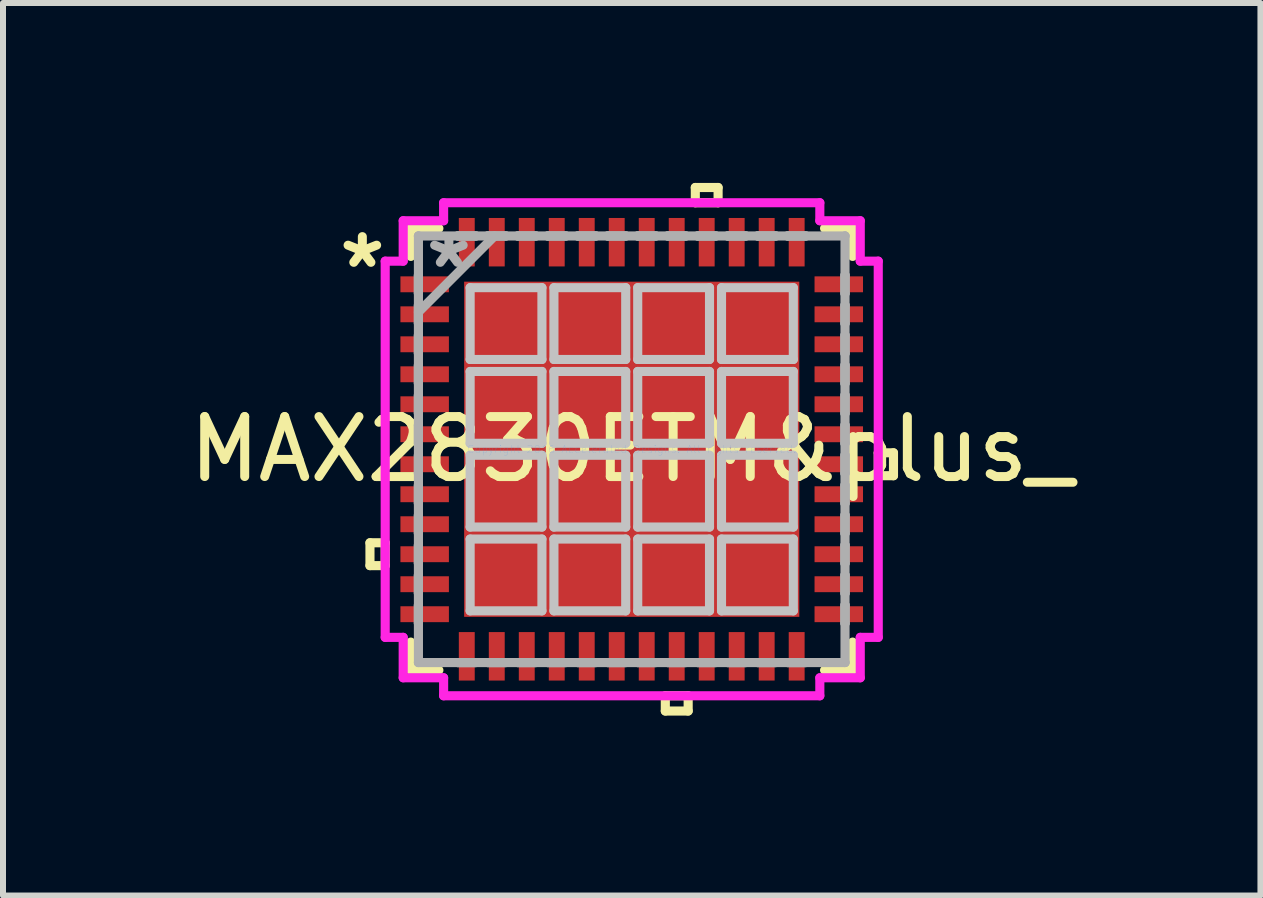
<source format=kicad_pcb>
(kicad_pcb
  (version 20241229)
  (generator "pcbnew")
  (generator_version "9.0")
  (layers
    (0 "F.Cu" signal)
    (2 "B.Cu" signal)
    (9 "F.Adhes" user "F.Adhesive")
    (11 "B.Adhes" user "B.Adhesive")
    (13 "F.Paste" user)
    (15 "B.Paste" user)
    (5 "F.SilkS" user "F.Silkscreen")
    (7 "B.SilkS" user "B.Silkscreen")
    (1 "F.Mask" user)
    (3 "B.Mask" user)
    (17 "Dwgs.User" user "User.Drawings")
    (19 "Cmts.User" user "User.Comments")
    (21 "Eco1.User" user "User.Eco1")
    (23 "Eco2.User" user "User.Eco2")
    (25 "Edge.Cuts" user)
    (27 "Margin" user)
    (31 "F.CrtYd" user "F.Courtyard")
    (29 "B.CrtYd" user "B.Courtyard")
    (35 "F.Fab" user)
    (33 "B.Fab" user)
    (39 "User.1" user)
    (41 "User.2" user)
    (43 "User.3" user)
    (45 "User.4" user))
  (footprint "MAX2830ETM&plus_"
    (layer "F.Cu")
    (at 7.482 4.44)
    (property "Reference" "MAX2830ETM&plus_" (at 0 0 0) (layer "F.SilkS") (effects (font (size 1 1) (thickness 0.15))))
    (attr through_hole)
    (fp_line (start -4.364 1.559) (end -4.364 1.94) (stroke (width 0.152) (type solid)) (layer "F.SilkS"))
    (fp_line (start -4.364 1.94) (end -4.11 1.94) (stroke (width 0.152) (type solid)) (layer "F.SilkS"))
    (fp_line (start -4.11 1.559) (end -4.364 1.559) (stroke (width 0.152) (type solid)) (layer "F.SilkS"))
    (fp_line (start -4.11 1.94) (end -4.11 1.559) (stroke (width 0.152) (type solid)) (layer "F.SilkS"))
    (fp_line (start -3.683 -3.683) (end -3.683 -3.215) (stroke (width 0.152) (type solid)) (layer "F.SilkS"))
    (fp_line (start -3.683 3.215) (end -3.683 3.683) (stroke (width 0.152) (type solid)) (layer "F.SilkS"))
    (fp_line (start -3.683 3.683) (end -3.215 3.683) (stroke (width 0.152) (type solid)) (layer "F.SilkS"))
    (fp_line (start -3.215 -3.683) (end -3.683 -3.683) (stroke (width 0.152) (type solid)) (layer "F.SilkS"))
    (fp_line (start 0.56 4.11) (end 0.56 4.364) (stroke (width 0.152) (type solid)) (layer "F.SilkS"))
    (fp_line (start 0.56 4.364) (end 0.941 4.364) (stroke (width 0.152) (type solid)) (layer "F.SilkS"))
    (fp_line (start 0.941 4.11) (end 0.56 4.11) (stroke (width 0.152) (type solid)) (layer "F.SilkS"))
    (fp_line (start 0.941 4.364) (end 0.941 4.11) (stroke (width 0.152) (type solid)) (layer "F.SilkS"))
    (fp_line (start 1.06 -4.364) (end 1.44 -4.364) (stroke (width 0.152) (type solid)) (layer "F.SilkS"))
    (fp_line (start 1.06 -4.11) (end 1.06 -4.364) (stroke (width 0.152) (type solid)) (layer "F.SilkS"))
    (fp_line (start 1.44 -4.364) (end 1.44 -4.11) (stroke (width 0.152) (type solid)) (layer "F.SilkS"))
    (fp_line (start 1.44 -4.11) (end 1.06 -4.11) (stroke (width 0.152) (type solid)) (layer "F.SilkS"))
    (fp_line (start 3.215 3.683) (end 3.683 3.683) (stroke (width 0.152) (type solid)) (layer "F.SilkS"))
    (fp_line (start 3.683 -3.683) (end 3.215 -3.683) (stroke (width 0.152) (type solid)) (layer "F.SilkS"))
    (fp_line (start 3.683 -3.215) (end 3.683 -3.683) (stroke (width 0.152) (type solid)) (layer "F.SilkS"))
    (fp_line (start 3.683 3.683) (end 3.683 3.215) (stroke (width 0.152) (type solid)) (layer "F.SilkS"))
    (fp_line (start 4.11 0.059) (end 4.364 0.059) (stroke (width 0.152) (type solid)) (layer "F.SilkS"))
    (fp_line (start 4.11 0.441) (end 4.11 0.059) (stroke (width 0.152) (type solid)) (layer "F.SilkS"))
    (fp_line (start 4.364 0.059) (end 4.364 0.441) (stroke (width 0.152) (type solid)) (layer "F.SilkS"))
    (fp_line (start 4.364 0.441) (end 4.11 0.441) (stroke (width 0.152) (type solid)) (layer "F.SilkS"))
    (fp_line (start -2.694 -2.694) (end -2.694 -1.497) (stroke (width 0.152) (type solid)) (layer "Dwgs.User"))
    (fp_line (start -2.694 -1.497) (end -1.497 -1.497) (stroke (width 0.152) (type solid)) (layer "Dwgs.User"))
    (fp_line (start -2.694 -1.297) (end -2.694 -0.1) (stroke (width 0.152) (type solid)) (layer "Dwgs.User"))
    (fp_line (start -2.694 -0.1) (end -1.497 -0.1) (stroke (width 0.152) (type solid)) (layer "Dwgs.User"))
    (fp_line (start -2.694 0.1) (end -2.694 1.297) (stroke (width 0.152) (type solid)) (layer "Dwgs.User"))
    (fp_line (start -2.694 1.297) (end -1.497 1.297) (stroke (width 0.152) (type solid)) (layer "Dwgs.User"))
    (fp_line (start -2.694 1.497) (end -2.694 2.694) (stroke (width 0.152) (type solid)) (layer "Dwgs.User"))
    (fp_line (start -2.694 2.694) (end -1.497 2.694) (stroke (width 0.152) (type solid)) (layer "Dwgs.User"))
    (fp_line (start -1.497 -2.694) (end -2.694 -2.694) (stroke (width 0.152) (type solid)) (layer "Dwgs.User"))
    (fp_line (start -1.497 -1.497) (end -1.497 -2.694) (stroke (width 0.152) (type solid)) (layer "Dwgs.User"))
    (fp_line (start -1.497 -1.297) (end -2.694 -1.297) (stroke (width 0.152) (type solid)) (layer "Dwgs.User"))
    (fp_line (start -1.497 -0.1) (end -1.497 -1.297) (stroke (width 0.152) (type solid)) (layer "Dwgs.User"))
    (fp_line (start -1.497 0.1) (end -2.694 0.1) (stroke (width 0.152) (type solid)) (layer "Dwgs.User"))
    (fp_line (start -1.497 1.297) (end -1.497 0.1) (stroke (width 0.152) (type solid)) (layer "Dwgs.User"))
    (fp_line (start -1.497 1.497) (end -2.694 1.497) (stroke (width 0.152) (type solid)) (layer "Dwgs.User"))
    (fp_line (start -1.497 2.694) (end -1.497 1.497) (stroke (width 0.152) (type solid)) (layer "Dwgs.User"))
    (fp_line (start -1.297 -2.694) (end -1.297 -1.497) (stroke (width 0.152) (type solid)) (layer "Dwgs.User"))
    (fp_line (start -1.297 -1.497) (end -0.1 -1.497) (stroke (width 0.152) (type solid)) (layer "Dwgs.User"))
    (fp_line (start -1.297 -1.297) (end -1.297 -0.1) (stroke (width 0.152) (type solid)) (layer "Dwgs.User"))
    (fp_line (start -1.297 -0.1) (end -0.1 -0.1) (stroke (width 0.152) (type solid)) (layer "Dwgs.User"))
    (fp_line (start -1.297 0.1) (end -1.297 1.297) (stroke (width 0.152) (type solid)) (layer "Dwgs.User"))
    (fp_line (start -1.297 1.297) (end -0.1 1.297) (stroke (width 0.152) (type solid)) (layer "Dwgs.User"))
    (fp_line (start -1.297 1.497) (end -1.297 2.694) (stroke (width 0.152) (type solid)) (layer "Dwgs.User"))
    (fp_line (start -1.297 2.694) (end -0.1 2.694) (stroke (width 0.152) (type solid)) (layer "Dwgs.User"))
    (fp_line (start -0.1 -2.694) (end -1.297 -2.694) (stroke (width 0.152) (type solid)) (layer "Dwgs.User"))
    (fp_line (start -0.1 -1.497) (end -0.1 -2.694) (stroke (width 0.152) (type solid)) (layer "Dwgs.User"))
    (fp_line (start -0.1 -1.297) (end -1.297 -1.297) (stroke (width 0.152) (type solid)) (layer "Dwgs.User"))
    (fp_line (start -0.1 -0.1) (end -0.1 -1.297) (stroke (width 0.152) (type solid)) (layer "Dwgs.User"))
    (fp_line (start -0.1 0.1) (end -1.297 0.1) (stroke (width 0.152) (type solid)) (layer "Dwgs.User"))
    (fp_line (start -0.1 1.297) (end -0.1 0.1) (stroke (width 0.152) (type solid)) (layer "Dwgs.User"))
    (fp_line (start -0.1 1.497) (end -1.297 1.497) (stroke (width 0.152) (type solid)) (layer "Dwgs.User"))
    (fp_line (start -0.1 2.694) (end -0.1 1.497) (stroke (width 0.152) (type solid)) (layer "Dwgs.User"))
    (fp_line (start 0.1 -2.694) (end 0.1 -1.497) (stroke (width 0.152) (type solid)) (layer "Dwgs.User"))
    (fp_line (start 0.1 -1.497) (end 1.297 -1.497) (stroke (width 0.152) (type solid)) (layer "Dwgs.User"))
    (fp_line (start 0.1 -1.297) (end 0.1 -0.1) (stroke (width 0.152) (type solid)) (layer "Dwgs.User"))
    (fp_line (start 0.1 -0.1) (end 1.297 -0.1) (stroke (width 0.152) (type solid)) (layer "Dwgs.User"))
    (fp_line (start 0.1 0.1) (end 0.1 1.297) (stroke (width 0.152) (type solid)) (layer "Dwgs.User"))
    (fp_line (start 0.1 1.297) (end 1.297 1.297) (stroke (width 0.152) (type solid)) (layer "Dwgs.User"))
    (fp_line (start 0.1 1.497) (end 0.1 2.694) (stroke (width 0.152) (type solid)) (layer "Dwgs.User"))
    (fp_line (start 0.1 2.694) (end 1.297 2.694) (stroke (width 0.152) (type solid)) (layer "Dwgs.User"))
    (fp_line (start 1.297 -2.694) (end 0.1 -2.694) (stroke (width 0.152) (type solid)) (layer "Dwgs.User"))
    (fp_line (start 1.297 -1.497) (end 1.297 -2.694) (stroke (width 0.152) (type solid)) (layer "Dwgs.User"))
    (fp_line (start 1.297 -1.297) (end 0.1 -1.297) (stroke (width 0.152) (type solid)) (layer "Dwgs.User"))
    (fp_line (start 1.297 -0.1) (end 1.297 -1.297) (stroke (width 0.152) (type solid)) (layer "Dwgs.User"))
    (fp_line (start 1.297 0.1) (end 0.1 0.1) (stroke (width 0.152) (type solid)) (layer "Dwgs.User"))
    (fp_line (start 1.297 1.297) (end 1.297 0.1) (stroke (width 0.152) (type solid)) (layer "Dwgs.User"))
    (fp_line (start 1.297 1.497) (end 0.1 1.497) (stroke (width 0.152) (type solid)) (layer "Dwgs.User"))
    (fp_line (start 1.297 2.694) (end 1.297 1.497) (stroke (width 0.152) (type solid)) (layer "Dwgs.User"))
    (fp_line (start 1.497 -2.694) (end 1.497 -1.497) (stroke (width 0.152) (type solid)) (layer "Dwgs.User"))
    (fp_line (start 1.497 -1.497) (end 2.694 -1.497) (stroke (width 0.152) (type solid)) (layer "Dwgs.User"))
    (fp_line (start 1.497 -1.297) (end 1.497 -0.1) (stroke (width 0.152) (type solid)) (layer "Dwgs.User"))
    (fp_line (start 1.497 -0.1) (end 2.694 -0.1) (stroke (width 0.152) (type solid)) (layer "Dwgs.User"))
    (fp_line (start 1.497 0.1) (end 1.497 1.297) (stroke (width 0.152) (type solid)) (layer "Dwgs.User"))
    (fp_line (start 1.497 1.297) (end 2.694 1.297) (stroke (width 0.152) (type solid)) (layer "Dwgs.User"))
    (fp_line (start 1.497 1.497) (end 1.497 2.694) (stroke (width 0.152) (type solid)) (layer "Dwgs.User"))
    (fp_line (start 1.497 2.694) (end 2.694 2.694) (stroke (width 0.152) (type solid)) (layer "Dwgs.User"))
    (fp_line (start 2.694 -2.694) (end 1.497 -2.694) (stroke (width 0.152) (type solid)) (layer "Dwgs.User"))
    (fp_line (start 2.694 -1.497) (end 2.694 -2.694) (stroke (width 0.152) (type solid)) (layer "Dwgs.User"))
    (fp_line (start 2.694 -1.297) (end 1.497 -1.297) (stroke (width 0.152) (type solid)) (layer "Dwgs.User"))
    (fp_line (start 2.694 -0.1) (end 2.694 -1.297) (stroke (width 0.152) (type solid)) (layer "Dwgs.User"))
    (fp_line (start 2.694 0.1) (end 1.497 0.1) (stroke (width 0.152) (type solid)) (layer "Dwgs.User"))
    (fp_line (start 2.694 1.297) (end 2.694 0.1) (stroke (width 0.152) (type solid)) (layer "Dwgs.User"))
    (fp_line (start 2.694 1.497) (end 1.497 1.497) (stroke (width 0.152) (type solid)) (layer "Dwgs.User"))
    (fp_line (start 2.694 2.694) (end 2.694 1.497) (stroke (width 0.152) (type solid)) (layer "Dwgs.User"))
    (fp_line (start -4.11 -3.136) (end -3.81 -3.136) (stroke (width 0.152) (type solid)) (layer "F.CrtYd"))
    (fp_line (start -4.11 3.136) (end -4.11 -3.136) (stroke (width 0.152) (type solid)) (layer "F.CrtYd"))
    (fp_line (start -3.81 -3.81) (end -3.136 -3.81) (stroke (width 0.152) (type solid)) (layer "F.CrtYd"))
    (fp_line (start -3.81 -3.136) (end -3.81 -3.81) (stroke (width 0.152) (type solid)) (layer "F.CrtYd"))
    (fp_line (start -3.81 3.136) (end -4.11 3.136) (stroke (width 0.152) (type solid)) (layer "F.CrtYd"))
    (fp_line (start -3.81 3.81) (end -3.81 3.136) (stroke (width 0.152) (type solid)) (layer "F.CrtYd"))
    (fp_line (start -3.136 -4.11) (end 3.136 -4.11) (stroke (width 0.152) (type solid)) (layer "F.CrtYd"))
    (fp_line (start -3.136 -3.81) (end -3.136 -4.11) (stroke (width 0.152) (type solid)) (layer "F.CrtYd"))
    (fp_line (start -3.136 3.81) (end -3.81 3.81) (stroke (width 0.152) (type solid)) (layer "F.CrtYd"))
    (fp_line (start -3.136 4.11) (end -3.136 3.81) (stroke (width 0.152) (type solid)) (layer "F.CrtYd"))
    (fp_line (start 3.136 -4.11) (end 3.136 -3.81) (stroke (width 0.152) (type solid)) (layer "F.CrtYd"))
    (fp_line (start 3.136 -3.81) (end 3.81 -3.81) (stroke (width 0.152) (type solid)) (layer "F.CrtYd"))
    (fp_line (start 3.136 3.81) (end 3.136 4.11) (stroke (width 0.152) (type solid)) (layer "F.CrtYd"))
    (fp_line (start 3.136 4.11) (end -3.136 4.11) (stroke (width 0.152) (type solid)) (layer "F.CrtYd"))
    (fp_line (start 3.81 -3.81) (end 3.81 -3.136) (stroke (width 0.152) (type solid)) (layer "F.CrtYd"))
    (fp_line (start 3.81 -3.136) (end 4.11 -3.136) (stroke (width 0.152) (type solid)) (layer "F.CrtYd"))
    (fp_line (start 3.81 3.136) (end 3.81 3.81) (stroke (width 0.152) (type solid)) (layer "F.CrtYd"))
    (fp_line (start 3.81 3.81) (end 3.136 3.81) (stroke (width 0.152) (type solid)) (layer "F.CrtYd"))
    (fp_line (start 4.11 -3.136) (end 4.11 3.136) (stroke (width 0.152) (type solid)) (layer "F.CrtYd"))
    (fp_line (start 4.11 3.136) (end 3.81 3.136) (stroke (width 0.152) (type solid)) (layer "F.CrtYd"))
    (fp_line (start -3.556 -3.556) (end -3.556 -3.556) (stroke (width 0.152) (type solid)) (layer "F.Fab"))
    (fp_line (start -3.556 -3.556) (end -3.556 3.556) (stroke (width 0.152) (type solid)) (layer "F.Fab"))
    (fp_line (start -3.556 -2.902) (end -3.556 -2.902) (stroke (width 0.152) (type solid)) (layer "F.Fab"))
    (fp_line (start -3.556 -2.902) (end -3.556 -2.598) (stroke (width 0.152) (type solid)) (layer "F.Fab"))
    (fp_line (start -3.556 -2.598) (end -3.556 -2.902) (stroke (width 0.152) (type solid)) (layer "F.Fab"))
    (fp_line (start -3.556 -2.598) (end -3.556 -2.598) (stroke (width 0.152) (type solid)) (layer "F.Fab"))
    (fp_line (start -3.556 -2.402) (end -3.556 -2.402) (stroke (width 0.152) (type solid)) (layer "F.Fab"))
    (fp_line (start -3.556 -2.402) (end -3.556 -2.098) (stroke (width 0.152) (type solid)) (layer "F.Fab"))
    (fp_line (start -3.556 -2.286) (end -2.286 -3.556) (stroke (width 0.152) (type solid)) (layer "F.Fab"))
    (fp_line (start -3.556 -2.098) (end -3.556 -2.402) (stroke (width 0.152) (type solid)) (layer "F.Fab"))
    (fp_line (start -3.556 -2.098) (end -3.556 -2.098) (stroke (width 0.152) (type solid)) (layer "F.Fab"))
    (fp_line (start -3.556 -1.902) (end -3.556 -1.902) (stroke (width 0.152) (type solid)) (layer "F.Fab"))
    (fp_line (start -3.556 -1.902) (end -3.556 -1.598) (stroke (width 0.152) (type solid)) (layer "F.Fab"))
    (fp_line (start -3.556 -1.598) (end -3.556 -1.902) (stroke (width 0.152) (type solid)) (layer "F.Fab"))
    (fp_line (start -3.556 -1.598) (end -3.556 -1.598) (stroke (width 0.152) (type solid)) (layer "F.Fab"))
    (fp_line (start -3.556 -1.402) (end -3.556 -1.402) (stroke (width 0.152) (type solid)) (layer "F.Fab"))
    (fp_line (start -3.556 -1.402) (end -3.556 -1.098) (stroke (width 0.152) (type solid)) (layer "F.Fab"))
    (fp_line (start -3.556 -1.098) (end -3.556 -1.402) (stroke (width 0.152) (type solid)) (layer "F.Fab"))
    (fp_line (start -3.556 -1.098) (end -3.556 -1.098) (stroke (width 0.152) (type solid)) (layer "F.Fab"))
    (fp_line (start -3.556 -0.902) (end -3.556 -0.902) (stroke (width 0.152) (type solid)) (layer "F.Fab"))
    (fp_line (start -3.556 -0.902) (end -3.556 -0.598) (stroke (width 0.152) (type solid)) (layer "F.Fab"))
    (fp_line (start -3.556 -0.598) (end -3.556 -0.902) (stroke (width 0.152) (type solid)) (layer "F.Fab"))
    (fp_line (start -3.556 -0.598) (end -3.556 -0.598) (stroke (width 0.152) (type solid)) (layer "F.Fab"))
    (fp_line (start -3.556 -0.402) (end -3.556 -0.402) (stroke (width 0.152) (type solid)) (layer "F.Fab"))
    (fp_line (start -3.556 -0.402) (end -3.556 -0.098) (stroke (width 0.152) (type solid)) (layer "F.Fab"))
    (fp_line (start -3.556 -0.098) (end -3.556 -0.402) (stroke (width 0.152) (type solid)) (layer "F.Fab"))
    (fp_line (start -3.556 -0.098) (end -3.556 -0.098) (stroke (width 0.152) (type solid)) (layer "F.Fab"))
    (fp_line (start -3.556 0.098) (end -3.556 0.098) (stroke (width 0.152) (type solid)) (layer "F.Fab"))
    (fp_line (start -3.556 0.098) (end -3.556 0.402) (stroke (width 0.152) (type solid)) (layer "F.Fab"))
    (fp_line (start -3.556 0.402) (end -3.556 0.098) (stroke (width 0.152) (type solid)) (layer "F.Fab"))
    (fp_line (start -3.556 0.402) (end -3.556 0.402) (stroke (width 0.152) (type solid)) (layer "F.Fab"))
    (fp_line (start -3.556 0.598) (end -3.556 0.598) (stroke (width 0.152) (type solid)) (layer "F.Fab"))
    (fp_line (start -3.556 0.598) (end -3.556 0.902) (stroke (width 0.152) (type solid)) (layer "F.Fab"))
    (fp_line (start -3.556 0.902) (end -3.556 0.598) (stroke (width 0.152) (type solid)) (layer "F.Fab"))
    (fp_line (start -3.556 0.902) (end -3.556 0.902) (stroke (width 0.152) (type solid)) (layer "F.Fab"))
    (fp_line (start -3.556 1.098) (end -3.556 1.098) (stroke (width 0.152) (type solid)) (layer "F.Fab"))
    (fp_line (start -3.556 1.098) (end -3.556 1.402) (stroke (width 0.152) (type solid)) (layer "F.Fab"))
    (fp_line (start -3.556 1.402) (end -3.556 1.098) (stroke (width 0.152) (type solid)) (layer "F.Fab"))
    (fp_line (start -3.556 1.402) (end -3.556 1.402) (stroke (width 0.152) (type solid)) (layer "F.Fab"))
    (fp_line (start -3.556 1.598) (end -3.556 1.598) (stroke (width 0.152) (type solid)) (layer "F.Fab"))
    (fp_line (start -3.556 1.598) (end -3.556 1.902) (stroke (width 0.152) (type solid)) (layer "F.Fab"))
    (fp_line (start -3.556 1.902) (end -3.556 1.598) (stroke (width 0.152) (type solid)) (layer "F.Fab"))
    (fp_line (start -3.556 1.902) (end -3.556 1.902) (stroke (width 0.152) (type solid)) (layer "F.Fab"))
    (fp_line (start -3.556 2.098) (end -3.556 2.098) (stroke (width 0.152) (type solid)) (layer "F.Fab"))
    (fp_line (start -3.556 2.098) (end -3.556 2.402) (stroke (width 0.152) (type solid)) (layer "F.Fab"))
    (fp_line (start -3.556 2.402) (end -3.556 2.098) (stroke (width 0.152) (type solid)) (layer "F.Fab"))
    (fp_line (start -3.556 2.402) (end -3.556 2.402) (stroke (width 0.152) (type solid)) (layer "F.Fab"))
    (fp_line (start -3.556 2.598) (end -3.556 2.598) (stroke (width 0.152) (type solid)) (layer "F.Fab"))
    (fp_line (start -3.556 2.598) (end -3.556 2.902) (stroke (width 0.152) (type solid)) (layer "F.Fab"))
    (fp_line (start -3.556 2.902) (end -3.556 2.598) (stroke (width 0.152) (type solid)) (layer "F.Fab"))
    (fp_line (start -3.556 2.902) (end -3.556 2.902) (stroke (width 0.152) (type solid)) (layer "F.Fab"))
    (fp_line (start -3.556 3.556) (end -3.556 3.556) (stroke (width 0.152) (type solid)) (layer "F.Fab"))
    (fp_line (start -3.556 3.556) (end 3.556 3.556) (stroke (width 0.152) (type solid)) (layer "F.Fab"))
    (fp_line (start -2.902 -3.556) (end -2.902 -3.556) (stroke (width 0.152) (type solid)) (layer "F.Fab"))
    (fp_line (start -2.902 -3.556) (end -2.598 -3.556) (stroke (width 0.152) (type solid)) (layer "F.Fab"))
    (fp_line (start -2.902 3.556) (end -2.902 3.556) (stroke (width 0.152) (type solid)) (layer "F.Fab"))
    (fp_line (start -2.902 3.556) (end -2.598 3.556) (stroke (width 0.152) (type solid)) (layer "F.Fab"))
    (fp_line (start -2.598 -3.556) (end -2.902 -3.556) (stroke (width 0.152) (type solid)) (layer "F.Fab"))
    (fp_line (start -2.598 -3.556) (end -2.598 -3.556) (stroke (width 0.152) (type solid)) (layer "F.Fab"))
    (fp_line (start -2.598 3.556) (end -2.902 3.556) (stroke (width 0.152) (type solid)) (layer "F.Fab"))
    (fp_line (start -2.598 3.556) (end -2.598 3.556) (stroke (width 0.152) (type solid)) (layer "F.Fab"))
    (fp_line (start -2.402 -3.556) (end -2.402 -3.556) (stroke (width 0.152) (type solid)) (layer "F.Fab"))
    (fp_line (start -2.402 -3.556) (end -2.098 -3.556) (stroke (width 0.152) (type solid)) (layer "F.Fab"))
    (fp_line (start -2.402 3.556) (end -2.402 3.556) (stroke (width 0.152) (type solid)) (layer "F.Fab"))
    (fp_line (start -2.402 3.556) (end -2.098 3.556) (stroke (width 0.152) (type solid)) (layer "F.Fab"))
    (fp_line (start -2.098 -3.556) (end -2.402 -3.556) (stroke (width 0.152) (type solid)) (layer "F.Fab"))
    (fp_line (start -2.098 -3.556) (end -2.098 -3.556) (stroke (width 0.152) (type solid)) (layer "F.Fab"))
    (fp_line (start -2.098 3.556) (end -2.402 3.556) (stroke (width 0.152) (type solid)) (layer "F.Fab"))
    (fp_line (start -2.098 3.556) (end -2.098 3.556) (stroke (width 0.152) (type solid)) (layer "F.Fab"))
    (fp_line (start -1.902 -3.556) (end -1.902 -3.556) (stroke (width 0.152) (type solid)) (layer "F.Fab"))
    (fp_line (start -1.902 -3.556) (end -1.598 -3.556) (stroke (width 0.152) (type solid)) (layer "F.Fab"))
    (fp_line (start -1.902 3.556) (end -1.902 3.556) (stroke (width 0.152) (type solid)) (layer "F.Fab"))
    (fp_line (start -1.902 3.556) (end -1.598 3.556) (stroke (width 0.152) (type solid)) (layer "F.Fab"))
    (fp_line (start -1.598 -3.556) (end -1.902 -3.556) (stroke (width 0.152) (type solid)) (layer "F.Fab"))
    (fp_line (start -1.598 -3.556) (end -1.598 -3.556) (stroke (width 0.152) (type solid)) (layer "F.Fab"))
    (fp_line (start -1.598 3.556) (end -1.902 3.556) (stroke (width 0.152) (type solid)) (layer "F.Fab"))
    (fp_line (start -1.598 3.556) (end -1.598 3.556) (stroke (width 0.152) (type solid)) (layer "F.Fab"))
    (fp_line (start -1.402 -3.556) (end -1.402 -3.556) (stroke (width 0.152) (type solid)) (layer "F.Fab"))
    (fp_line (start -1.402 -3.556) (end -1.098 -3.556) (stroke (width 0.152) (type solid)) (layer "F.Fab"))
    (fp_line (start -1.402 3.556) (end -1.402 3.556) (stroke (width 0.152) (type solid)) (layer "F.Fab"))
    (fp_line (start -1.402 3.556) (end -1.098 3.556) (stroke (width 0.152) (type solid)) (layer "F.Fab"))
    (fp_line (start -1.098 -3.556) (end -1.402 -3.556) (stroke (width 0.152) (type solid)) (layer "F.Fab"))
    (fp_line (start -1.098 -3.556) (end -1.098 -3.556) (stroke (width 0.152) (type solid)) (layer "F.Fab"))
    (fp_line (start -1.098 3.556) (end -1.402 3.556) (stroke (width 0.152) (type solid)) (layer "F.Fab"))
    (fp_line (start -1.098 3.556) (end -1.098 3.556) (stroke (width 0.152) (type solid)) (layer "F.Fab"))
    (fp_line (start -0.902 -3.556) (end -0.902 -3.556) (stroke (width 0.152) (type solid)) (layer "F.Fab"))
    (fp_line (start -0.902 -3.556) (end -0.598 -3.556) (stroke (width 0.152) (type solid)) (layer "F.Fab"))
    (fp_line (start -0.902 3.556) (end -0.902 3.556) (stroke (width 0.152) (type solid)) (layer "F.Fab"))
    (fp_line (start -0.902 3.556) (end -0.598 3.556) (stroke (width 0.152) (type solid)) (layer "F.Fab"))
    (fp_line (start -0.598 -3.556) (end -0.902 -3.556) (stroke (width 0.152) (type solid)) (layer "F.Fab"))
    (fp_line (start -0.598 -3.556) (end -0.598 -3.556) (stroke (width 0.152) (type solid)) (layer "F.Fab"))
    (fp_line (start -0.598 3.556) (end -0.902 3.556) (stroke (width 0.152) (type solid)) (layer "F.Fab"))
    (fp_line (start -0.598 3.556) (end -0.598 3.556) (stroke (width 0.152) (type solid)) (layer "F.Fab"))
    (fp_line (start -0.402 -3.556) (end -0.402 -3.556) (stroke (width 0.152) (type solid)) (layer "F.Fab"))
    (fp_line (start -0.402 -3.556) (end -0.098 -3.556) (stroke (width 0.152) (type solid)) (layer "F.Fab"))
    (fp_line (start -0.402 3.556) (end -0.402 3.556) (stroke (width 0.152) (type solid)) (layer "F.Fab"))
    (fp_line (start -0.402 3.556) (end -0.098 3.556) (stroke (width 0.152) (type solid)) (layer "F.Fab"))
    (fp_line (start -0.098 -3.556) (end -0.402 -3.556) (stroke (width 0.152) (type solid)) (layer "F.Fab"))
    (fp_line (start -0.098 -3.556) (end -0.098 -3.556) (stroke (width 0.152) (type solid)) (layer "F.Fab"))
    (fp_line (start -0.098 3.556) (end -0.402 3.556) (stroke (width 0.152) (type solid)) (layer "F.Fab"))
    (fp_line (start -0.098 3.556) (end -0.098 3.556) (stroke (width 0.152) (type solid)) (layer "F.Fab"))
    (fp_line (start 0.098 -3.556) (end 0.098 -3.556) (stroke (width 0.152) (type solid)) (layer "F.Fab"))
    (fp_line (start 0.098 -3.556) (end 0.402 -3.556) (stroke (width 0.152) (type solid)) (layer "F.Fab"))
    (fp_line (start 0.098 3.556) (end 0.098 3.556) (stroke (width 0.152) (type solid)) (layer "F.Fab"))
    (fp_line (start 0.098 3.556) (end 0.402 3.556) (stroke (width 0.152) (type solid)) (layer "F.Fab"))
    (fp_line (start 0.402 -3.556) (end 0.098 -3.556) (stroke (width 0.152) (type solid)) (layer "F.Fab"))
    (fp_line (start 0.402 -3.556) (end 0.402 -3.556) (stroke (width 0.152) (type solid)) (layer "F.Fab"))
    (fp_line (start 0.402 3.556) (end 0.098 3.556) (stroke (width 0.152) (type solid)) (layer "F.Fab"))
    (fp_line (start 0.402 3.556) (end 0.402 3.556) (stroke (width 0.152) (type solid)) (layer "F.Fab"))
    (fp_line (start 0.598 -3.556) (end 0.598 -3.556) (stroke (width 0.152) (type solid)) (layer "F.Fab"))
    (fp_line (start 0.598 -3.556) (end 0.902 -3.556) (stroke (width 0.152) (type solid)) (layer "F.Fab"))
    (fp_line (start 0.598 3.556) (end 0.598 3.556) (stroke (width 0.152) (type solid)) (layer "F.Fab"))
    (fp_line (start 0.598 3.556) (end 0.902 3.556) (stroke (width 0.152) (type solid)) (layer "F.Fab"))
    (fp_line (start 0.902 -3.556) (end 0.598 -3.556) (stroke (width 0.152) (type solid)) (layer "F.Fab"))
    (fp_line (start 0.902 -3.556) (end 0.902 -3.556) (stroke (width 0.152) (type solid)) (layer "F.Fab"))
    (fp_line (start 0.902 3.556) (end 0.598 3.556) (stroke (width 0.152) (type solid)) (layer "F.Fab"))
    (fp_line (start 0.902 3.556) (end 0.902 3.556) (stroke (width 0.152) (type solid)) (layer "F.Fab"))
    (fp_line (start 1.098 -3.556) (end 1.098 -3.556) (stroke (width 0.152) (type solid)) (layer "F.Fab"))
    (fp_line (start 1.098 -3.556) (end 1.402 -3.556) (stroke (width 0.152) (type solid)) (layer "F.Fab"))
    (fp_line (start 1.098 3.556) (end 1.098 3.556) (stroke (width 0.152) (type solid)) (layer "F.Fab"))
    (fp_line (start 1.098 3.556) (end 1.402 3.556) (stroke (width 0.152) (type solid)) (layer "F.Fab"))
    (fp_line (start 1.402 -3.556) (end 1.098 -3.556) (stroke (width 0.152) (type solid)) (layer "F.Fab"))
    (fp_line (start 1.402 -3.556) (end 1.402 -3.556) (stroke (width 0.152) (type solid)) (layer "F.Fab"))
    (fp_line (start 1.402 3.556) (end 1.098 3.556) (stroke (width 0.152) (type solid)) (layer "F.Fab"))
    (fp_line (start 1.402 3.556) (end 1.402 3.556) (stroke (width 0.152) (type solid)) (layer "F.Fab"))
    (fp_line (start 1.598 -3.556) (end 1.598 -3.556) (stroke (width 0.152) (type solid)) (layer "F.Fab"))
    (fp_line (start 1.598 -3.556) (end 1.902 -3.556) (stroke (width 0.152) (type solid)) (layer "F.Fab"))
    (fp_line (start 1.598 3.556) (end 1.598 3.556) (stroke (width 0.152) (type solid)) (layer "F.Fab"))
    (fp_line (start 1.598 3.556) (end 1.902 3.556) (stroke (width 0.152) (type solid)) (layer "F.Fab"))
    (fp_line (start 1.902 -3.556) (end 1.598 -3.556) (stroke (width 0.152) (type solid)) (layer "F.Fab"))
    (fp_line (start 1.902 -3.556) (end 1.902 -3.556) (stroke (width 0.152) (type solid)) (layer "F.Fab"))
    (fp_line (start 1.902 3.556) (end 1.598 3.556) (stroke (width 0.152) (type solid)) (layer "F.Fab"))
    (fp_line (start 1.902 3.556) (end 1.902 3.556) (stroke (width 0.152) (type solid)) (layer "F.Fab"))
    (fp_line (start 2.098 -3.556) (end 2.098 -3.556) (stroke (width 0.152) (type solid)) (layer "F.Fab"))
    (fp_line (start 2.098 -3.556) (end 2.402 -3.556) (stroke (width 0.152) (type solid)) (layer "F.Fab"))
    (fp_line (start 2.098 3.556) (end 2.098 3.556) (stroke (width 0.152) (type solid)) (layer "F.Fab"))
    (fp_line (start 2.098 3.556) (end 2.402 3.556) (stroke (width 0.152) (type solid)) (layer "F.Fab"))
    (fp_line (start 2.402 -3.556) (end 2.098 -3.556) (stroke (width 0.152) (type solid)) (layer "F.Fab"))
    (fp_line (start 2.402 -3.556) (end 2.402 -3.556) (stroke (width 0.152) (type solid)) (layer "F.Fab"))
    (fp_line (start 2.402 3.556) (end 2.098 3.556) (stroke (width 0.152) (type solid)) (layer "F.Fab"))
    (fp_line (start 2.402 3.556) (end 2.402 3.556) (stroke (width 0.152) (type solid)) (layer "F.Fab"))
    (fp_line (start 2.598 -3.556) (end 2.598 -3.556) (stroke (width 0.152) (type solid)) (layer "F.Fab"))
    (fp_line (start 2.598 -3.556) (end 2.902 -3.556) (stroke (width 0.152) (type solid)) (layer "F.Fab"))
    (fp_line (start 2.598 3.556) (end 2.598 3.556) (stroke (width 0.152) (type solid)) (layer "F.Fab"))
    (fp_line (start 2.598 3.556) (end 2.902 3.556) (stroke (width 0.152) (type solid)) (layer "F.Fab"))
    (fp_line (start 2.902 -3.556) (end 2.598 -3.556) (stroke (width 0.152) (type solid)) (layer "F.Fab"))
    (fp_line (start 2.902 -3.556) (end 2.902 -3.556) (stroke (width 0.152) (type solid)) (layer "F.Fab"))
    (fp_line (start 2.902 3.556) (end 2.598 3.556) (stroke (width 0.152) (type solid)) (layer "F.Fab"))
    (fp_line (start 2.902 3.556) (end 2.902 3.556) (stroke (width 0.152) (type solid)) (layer "F.Fab"))
    (fp_line (start 3.556 -3.556) (end -3.556 -3.556) (stroke (width 0.152) (type solid)) (layer "F.Fab"))
    (fp_line (start 3.556 -3.556) (end 3.556 -3.556) (stroke (width 0.152) (type solid)) (layer "F.Fab"))
    (fp_line (start 3.556 -2.902) (end 3.556 -2.902) (stroke (width 0.152) (type solid)) (layer "F.Fab"))
    (fp_line (start 3.556 -2.902) (end 3.556 -2.598) (stroke (width 0.152) (type solid)) (layer "F.Fab"))
    (fp_line (start 3.556 -2.598) (end 3.556 -2.902) (stroke (width 0.152) (type solid)) (layer "F.Fab"))
    (fp_line (start 3.556 -2.598) (end 3.556 -2.598) (stroke (width 0.152) (type solid)) (layer "F.Fab"))
    (fp_line (start 3.556 -2.402) (end 3.556 -2.402) (stroke (width 0.152) (type solid)) (layer "F.Fab"))
    (fp_line (start 3.556 -2.402) (end 3.556 -2.098) (stroke (width 0.152) (type solid)) (layer "F.Fab"))
    (fp_line (start 3.556 -2.098) (end 3.556 -2.402) (stroke (width 0.152) (type solid)) (layer "F.Fab"))
    (fp_line (start 3.556 -2.098) (end 3.556 -2.098) (stroke (width 0.152) (type solid)) (layer "F.Fab"))
    (fp_line (start 3.556 -1.902) (end 3.556 -1.902) (stroke (width 0.152) (type solid)) (layer "F.Fab"))
    (fp_line (start 3.556 -1.902) (end 3.556 -1.598) (stroke (width 0.152) (type solid)) (layer "F.Fab"))
    (fp_line (start 3.556 -1.598) (end 3.556 -1.902) (stroke (width 0.152) (type solid)) (layer "F.Fab"))
    (fp_line (start 3.556 -1.598) (end 3.556 -1.598) (stroke (width 0.152) (type solid)) (layer "F.Fab"))
    (fp_line (start 3.556 -1.402) (end 3.556 -1.402) (stroke (width 0.152) (type solid)) (layer "F.Fab"))
    (fp_line (start 3.556 -1.402) (end 3.556 -1.098) (stroke (width 0.152) (type solid)) (layer "F.Fab"))
    (fp_line (start 3.556 -1.098) (end 3.556 -1.402) (stroke (width 0.152) (type solid)) (layer "F.Fab"))
    (fp_line (start 3.556 -1.098) (end 3.556 -1.098) (stroke (width 0.152) (type solid)) (layer "F.Fab"))
    (fp_line (start 3.556 -0.902) (end 3.556 -0.902) (stroke (width 0.152) (type solid)) (layer "F.Fab"))
    (fp_line (start 3.556 -0.902) (end 3.556 -0.598) (stroke (width 0.152) (type solid)) (layer "F.Fab"))
    (fp_line (start 3.556 -0.598) (end 3.556 -0.902) (stroke (width 0.152) (type solid)) (layer "F.Fab"))
    (fp_line (start 3.556 -0.598) (end 3.556 -0.598) (stroke (width 0.152) (type solid)) (layer "F.Fab"))
    (fp_line (start 3.556 -0.402) (end 3.556 -0.402) (stroke (width 0.152) (type solid)) (layer "F.Fab"))
    (fp_line (start 3.556 -0.402) (end 3.556 -0.098) (stroke (width 0.152) (type solid)) (layer "F.Fab"))
    (fp_line (start 3.556 -0.098) (end 3.556 -0.402) (stroke (width 0.152) (type solid)) (layer "F.Fab"))
    (fp_line (start 3.556 -0.098) (end 3.556 -0.098) (stroke (width 0.152) (type solid)) (layer "F.Fab"))
    (fp_line (start 3.556 0.098) (end 3.556 0.098) (stroke (width 0.152) (type solid)) (layer "F.Fab"))
    (fp_line (start 3.556 0.098) (end 3.556 0.402) (stroke (width 0.152) (type solid)) (layer "F.Fab"))
    (fp_line (start 3.556 0.402) (end 3.556 0.098) (stroke (width 0.152) (type solid)) (layer "F.Fab"))
    (fp_line (start 3.556 0.402) (end 3.556 0.402) (stroke (width 0.152) (type solid)) (layer "F.Fab"))
    (fp_line (start 3.556 0.598) (end 3.556 0.598) (stroke (width 0.152) (type solid)) (layer "F.Fab"))
    (fp_line (start 3.556 0.598) (end 3.556 0.902) (stroke (width 0.152) (type solid)) (layer "F.Fab"))
    (fp_line (start 3.556 0.902) (end 3.556 0.598) (stroke (width 0.152) (type solid)) (layer "F.Fab"))
    (fp_line (start 3.556 0.902) (end 3.556 0.902) (stroke (width 0.152) (type solid)) (layer "F.Fab"))
    (fp_line (start 3.556 1.098) (end 3.556 1.098) (stroke (width 0.152) (type solid)) (layer "F.Fab"))
    (fp_line (start 3.556 1.098) (end 3.556 1.402) (stroke (width 0.152) (type solid)) (layer "F.Fab"))
    (fp_line (start 3.556 1.402) (end 3.556 1.098) (stroke (width 0.152) (type solid)) (layer "F.Fab"))
    (fp_line (start 3.556 1.402) (end 3.556 1.402) (stroke (width 0.152) (type solid)) (layer "F.Fab"))
    (fp_line (start 3.556 1.598) (end 3.556 1.598) (stroke (width 0.152) (type solid)) (layer "F.Fab"))
    (fp_line (start 3.556 1.598) (end 3.556 1.902) (stroke (width 0.152) (type solid)) (layer "F.Fab"))
    (fp_line (start 3.556 1.902) (end 3.556 1.598) (stroke (width 0.152) (type solid)) (layer "F.Fab"))
    (fp_line (start 3.556 1.902) (end 3.556 1.902) (stroke (width 0.152) (type solid)) (layer "F.Fab"))
    (fp_line (start 3.556 2.098) (end 3.556 2.098) (stroke (width 0.152) (type solid)) (layer "F.Fab"))
    (fp_line (start 3.556 2.098) (end 3.556 2.402) (stroke (width 0.152) (type solid)) (layer "F.Fab"))
    (fp_line (start 3.556 2.402) (end 3.556 2.098) (stroke (width 0.152) (type solid)) (layer "F.Fab"))
    (fp_line (start 3.556 2.402) (end 3.556 2.402) (stroke (width 0.152) (type solid)) (layer "F.Fab"))
    (fp_line (start 3.556 2.598) (end 3.556 2.598) (stroke (width 0.152) (type solid)) (layer "F.Fab"))
    (fp_line (start 3.556 2.598) (end 3.556 2.902) (stroke (width 0.152) (type solid)) (layer "F.Fab"))
    (fp_line (start 3.556 2.902) (end 3.556 2.598) (stroke (width 0.152) (type solid)) (layer "F.Fab"))
    (fp_line (start 3.556 2.902) (end 3.556 2.902) (stroke (width 0.152) (type solid)) (layer "F.Fab"))
    (fp_line (start 3.556 3.556) (end 3.556 -3.556) (stroke (width 0.152) (type solid)) (layer "F.Fab"))
    (fp_line (start 3.556 3.556) (end 3.556 3.556) (stroke (width 0.152) (type solid)) (layer "F.Fab"))
    (fp_text user "*" (at -4.491 -3 0) (layer "F.SilkS") (effects (font (size 1 1) (thickness 0.15))))
    (fp_text user "Copyright 2016 Accelerated Designs. All rights reserved." (at 0 0 0) (layer "Cmts.User") (effects (font (size 0.127 0.127) (thickness 0.002))))
    (fp_text user "*" (at -3.048 -3 0) (layer "F.Fab") (effects (font (size 1 1) (thickness 0.15))))
    (pad "0" smd rect (at 0 0) (size 5.588 5.588) (layers "F.Cu" "F.Mask" "F.Paste"))
    (pad "1" smd rect (at -3.452 -2.75 90) (size 0.265 0.808) (layers "F.Cu" "F.Mask" "F.Paste"))
    (pad "2" smd rect (at -3.452 -2.25 90) (size 0.265 0.808) (layers "F.Cu" "F.Mask" "F.Paste"))
    (pad "3" smd rect (at -3.452 -1.75 90) (size 0.265 0.808) (layers "F.Cu" "F.Mask" "F.Paste"))
    (pad "4" smd rect (at -3.452 -1.25 90) (size 0.265 0.808) (layers "F.Cu" "F.Mask" "F.Paste"))
    (pad "5" smd rect (at -3.452 -0.75 90) (size 0.265 0.808) (layers "F.Cu" "F.Mask" "F.Paste"))
    (pad "6" smd rect (at -3.452 -0.25 90) (size 0.265 0.808) (layers "F.Cu" "F.Mask" "F.Paste"))
    (pad "7" smd rect (at -3.452 0.25 90) (size 0.265 0.808) (layers "F.Cu" "F.Mask" "F.Paste"))
    (pad "8" smd rect (at -3.452 0.75 90) (size 0.265 0.808) (layers "F.Cu" "F.Mask" "F.Paste"))
    (pad "9" smd rect (at -3.452 1.25 90) (size 0.265 0.808) (layers "F.Cu" "F.Mask" "F.Paste"))
    (pad "10" smd rect (at -3.452 1.75 90) (size 0.265 0.808) (layers "F.Cu" "F.Mask" "F.Paste"))
    (pad "11" smd rect (at -3.452 2.25 90) (size 0.265 0.808) (layers "F.Cu" "F.Mask" "F.Paste"))
    (pad "12" smd rect (at -3.452 2.75 90) (size 0.265 0.808) (layers "F.Cu" "F.Mask" "F.Paste"))
    (pad "13" smd rect (at -2.75 3.452) (size 0.265 0.808) (layers "F.Cu" "F.Mask" "F.Paste"))
    (pad "14" smd rect (at -2.25 3.452) (size 0.265 0.808) (layers "F.Cu" "F.Mask" "F.Paste"))
    (pad "15" smd rect (at -1.75 3.452) (size 0.265 0.808) (layers "F.Cu" "F.Mask" "F.Paste"))
    (pad "16" smd rect (at -1.25 3.452) (size 0.265 0.808) (layers "F.Cu" "F.Mask" "F.Paste"))
    (pad "17" smd rect (at -0.75 3.452) (size 0.265 0.808) (layers "F.Cu" "F.Mask" "F.Paste"))
    (pad "18" smd rect (at -0.25 3.452) (size 0.265 0.808) (layers "F.Cu" "F.Mask" "F.Paste"))
    (pad "19" smd rect (at 0.25 3.452) (size 0.265 0.808) (layers "F.Cu" "F.Mask" "F.Paste"))
    (pad "20" smd rect (at 0.75 3.452) (size 0.265 0.808) (layers "F.Cu" "F.Mask" "F.Paste"))
    (pad "21" smd rect (at 1.25 3.452) (size 0.265 0.808) (layers "F.Cu" "F.Mask" "F.Paste"))
    (pad "22" smd rect (at 1.75 3.452) (size 0.265 0.808) (layers "F.Cu" "F.Mask" "F.Paste"))
    (pad "23" smd rect (at 2.25 3.452) (size 0.265 0.808) (layers "F.Cu" "F.Mask" "F.Paste"))
    (pad "24" smd rect (at 2.75 3.452) (size 0.265 0.808) (layers "F.Cu" "F.Mask" "F.Paste"))
    (pad "25" smd rect (at 3.452 2.75 90) (size 0.265 0.808) (layers "F.Cu" "F.Mask" "F.Paste"))
    (pad "26" smd rect (at 3.452 2.25 90) (size 0.265 0.808) (layers "F.Cu" "F.Mask" "F.Paste"))
    (pad "27" smd rect (at 3.452 1.75 90) (size 0.265 0.808) (layers "F.Cu" "F.Mask" "F.Paste"))
    (pad "28" smd rect (at 3.452 1.25 90) (size 0.265 0.808) (layers "F.Cu" "F.Mask" "F.Paste"))
    (pad "29" smd rect (at 3.452 0.75 90) (size 0.265 0.808) (layers "F.Cu" "F.Mask" "F.Paste"))
    (pad "30" smd rect (at 3.452 0.25 90) (size 0.265 0.808) (layers "F.Cu" "F.Mask" "F.Paste"))
    (pad "31" smd rect (at 3.452 -0.25 90) (size 0.265 0.808) (layers "F.Cu" "F.Mask" "F.Paste"))
    (pad "32" smd rect (at 3.452 -0.75 90) (size 0.265 0.808) (layers "F.Cu" "F.Mask" "F.Paste"))
    (pad "33" smd rect (at 3.452 -1.25 90) (size 0.265 0.808) (layers "F.Cu" "F.Mask" "F.Paste"))
    (pad "34" smd rect (at 3.452 -1.75 90) (size 0.265 0.808) (layers "F.Cu" "F.Mask" "F.Paste"))
    (pad "35" smd rect (at 3.452 -2.25 90) (size 0.265 0.808) (layers "F.Cu" "F.Mask" "F.Paste"))
    (pad "36" smd rect (at 3.452 -2.75 90) (size 0.265 0.808) (layers "F.Cu" "F.Mask" "F.Paste"))
    (pad "37" smd rect (at 2.75 -3.452) (size 0.265 0.808) (layers "F.Cu" "F.Mask" "F.Paste"))
    (pad "38" smd rect (at 2.25 -3.452) (size 0.265 0.808) (layers "F.Cu" "F.Mask" "F.Paste"))
    (pad "39" smd rect (at 1.75 -3.452) (size 0.265 0.808) (layers "F.Cu" "F.Mask" "F.Paste"))
    (pad "40" smd rect (at 1.25 -3.452) (size 0.265 0.808) (layers "F.Cu" "F.Mask" "F.Paste"))
    (pad "41" smd rect (at 0.75 -3.452) (size 0.265 0.808) (layers "F.Cu" "F.Mask" "F.Paste"))
    (pad "42" smd rect (at 0.25 -3.452) (size 0.265 0.808) (layers "F.Cu" "F.Mask" "F.Paste"))
    (pad "43" smd rect (at -0.25 -3.452) (size 0.265 0.808) (layers "F.Cu" "F.Mask" "F.Paste"))
    (pad "44" smd rect (at -0.75 -3.452) (size 0.265 0.808) (layers "F.Cu" "F.Mask" "F.Paste"))
    (pad "45" smd rect (at -1.25 -3.452) (size 0.265 0.808) (layers "F.Cu" "F.Mask" "F.Paste"))
    (pad "46" smd rect (at -1.75 -3.452) (size 0.265 0.808) (layers "F.Cu" "F.Mask" "F.Paste"))
    (pad "47" smd rect (at -2.25 -3.452) (size 0.265 0.808) (layers "F.Cu" "F.Mask" "F.Paste"))
    (pad "48" smd rect (at -2.75 -3.452) (size 0.265 0.808) (layers "F.Cu" "F.Mask" "F.Paste")))
  (gr_rect
    (start -3 -3)
    (end 17.964 11.88)
    (stroke (width 0.1) (type default))
    (fill no)
    (layer "Edge.Cuts")))
</source>
